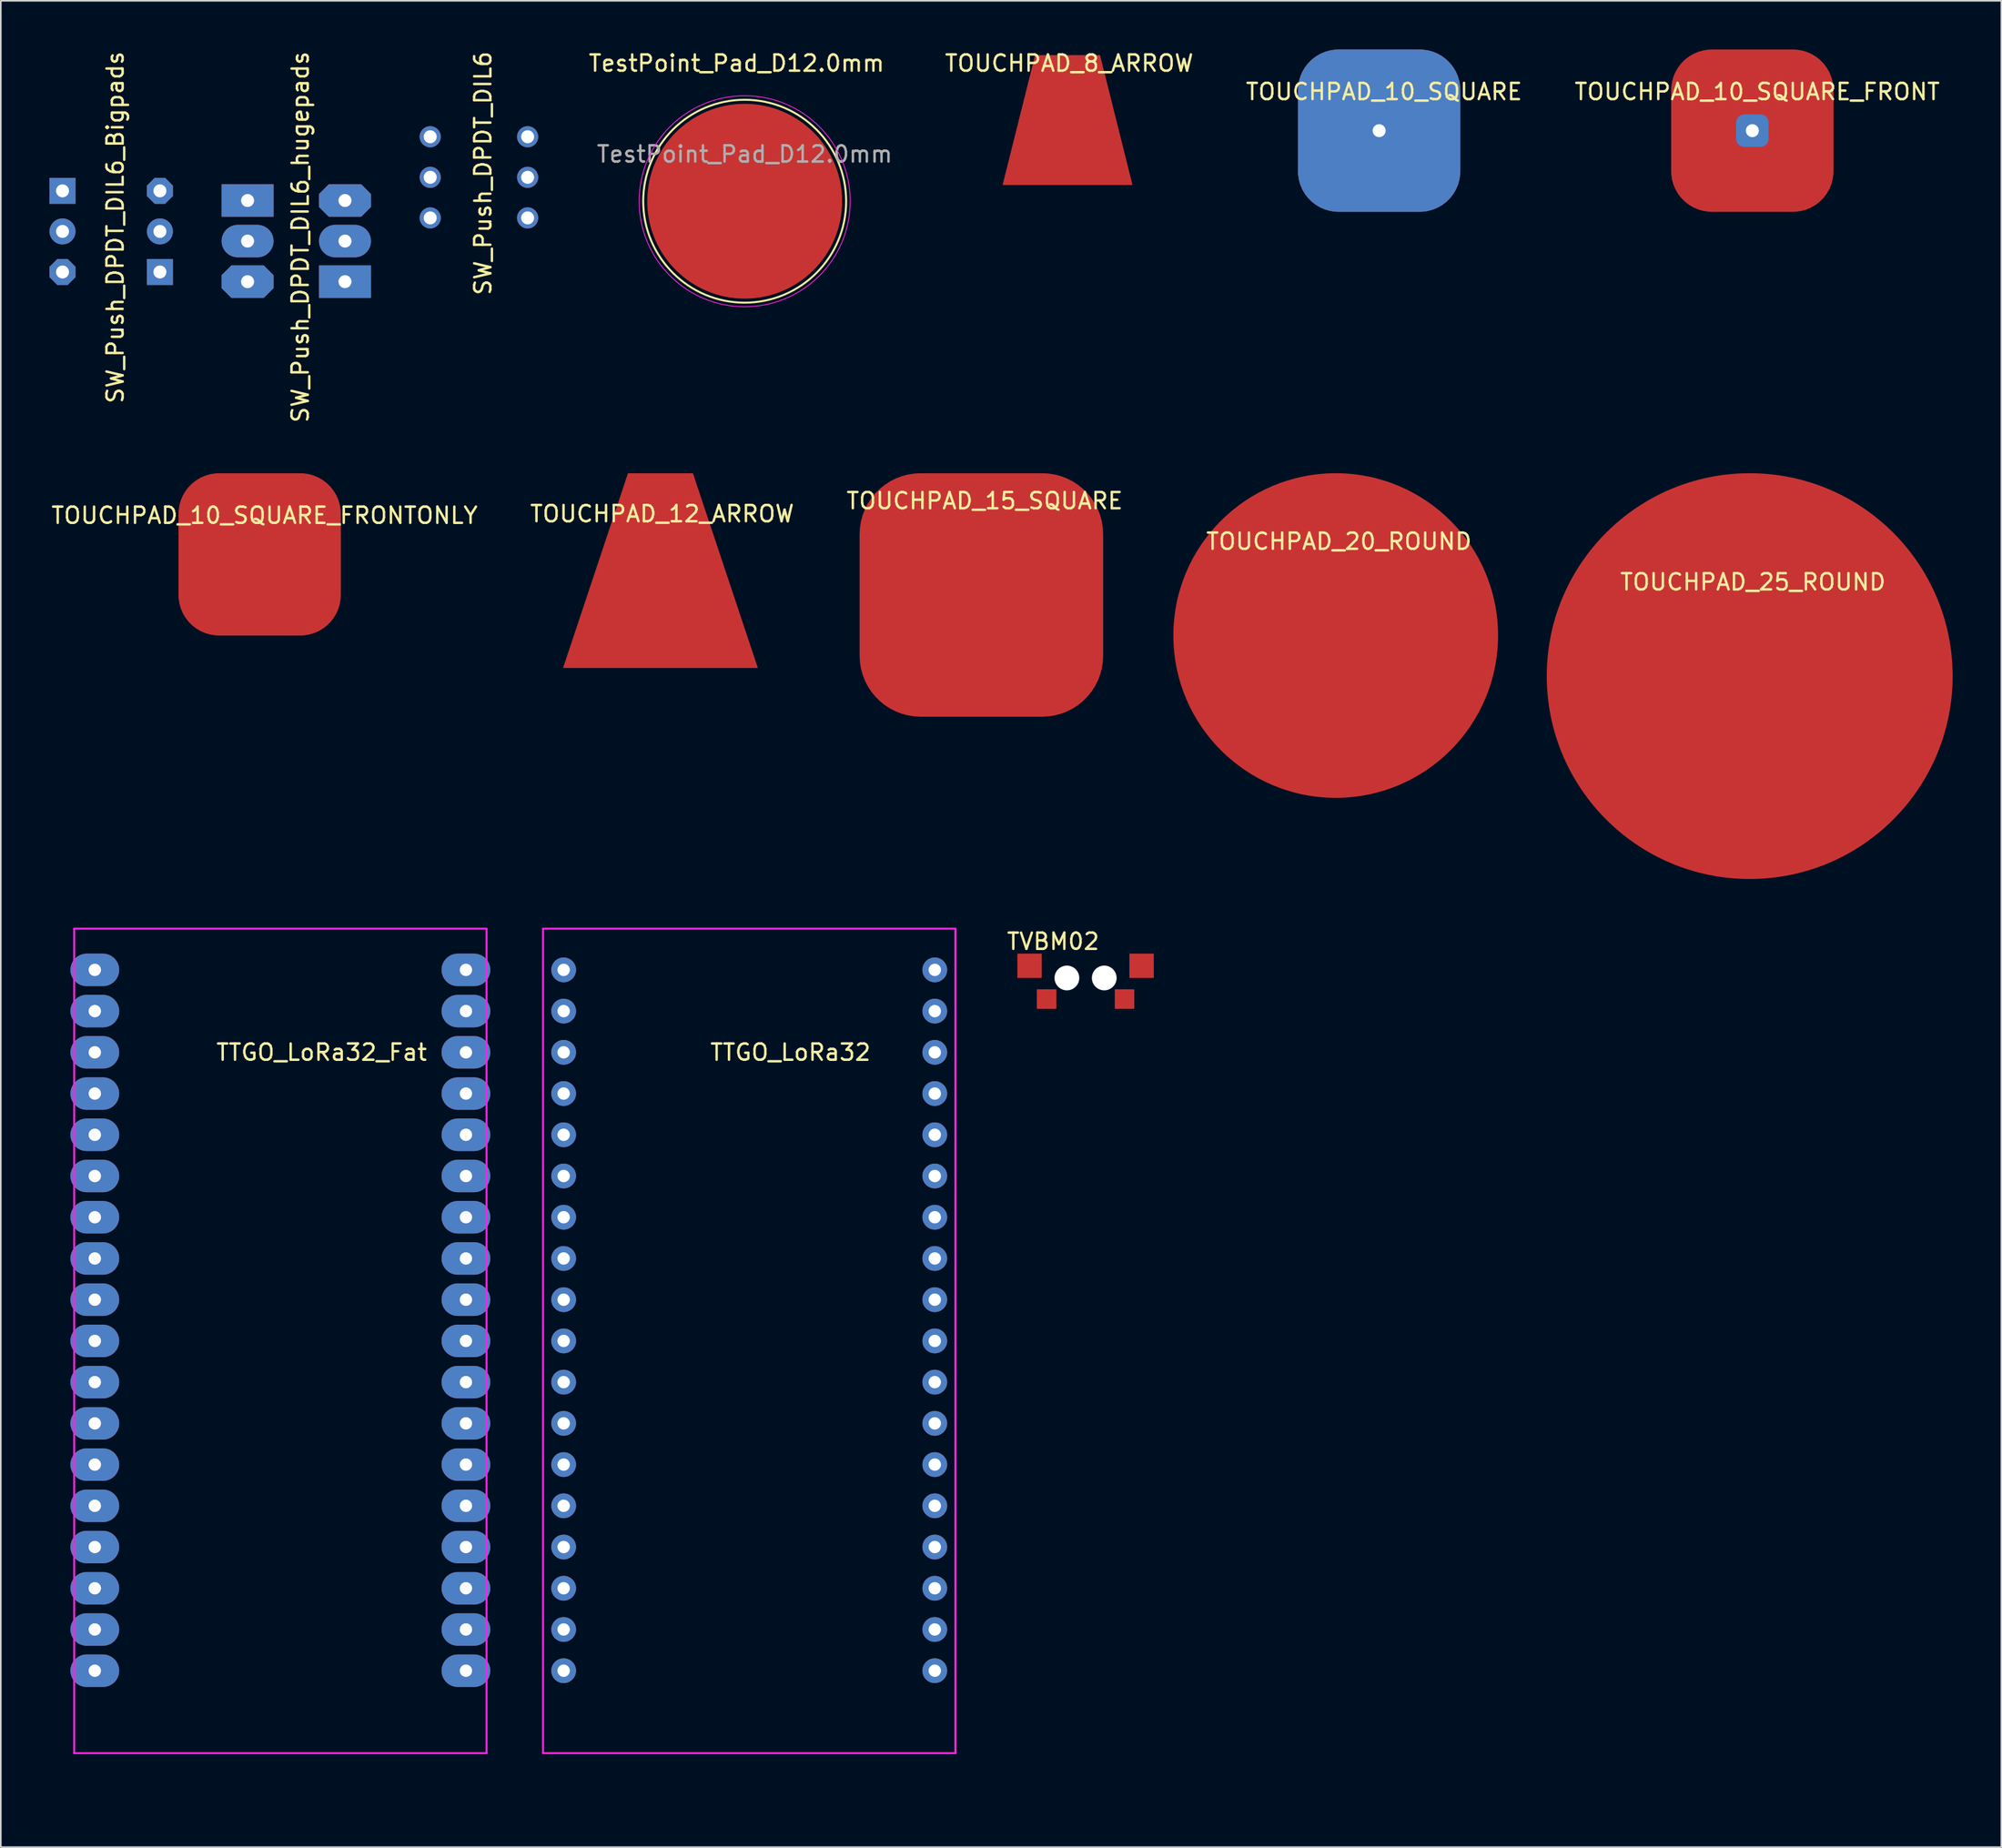
<source format=kicad_pcb>
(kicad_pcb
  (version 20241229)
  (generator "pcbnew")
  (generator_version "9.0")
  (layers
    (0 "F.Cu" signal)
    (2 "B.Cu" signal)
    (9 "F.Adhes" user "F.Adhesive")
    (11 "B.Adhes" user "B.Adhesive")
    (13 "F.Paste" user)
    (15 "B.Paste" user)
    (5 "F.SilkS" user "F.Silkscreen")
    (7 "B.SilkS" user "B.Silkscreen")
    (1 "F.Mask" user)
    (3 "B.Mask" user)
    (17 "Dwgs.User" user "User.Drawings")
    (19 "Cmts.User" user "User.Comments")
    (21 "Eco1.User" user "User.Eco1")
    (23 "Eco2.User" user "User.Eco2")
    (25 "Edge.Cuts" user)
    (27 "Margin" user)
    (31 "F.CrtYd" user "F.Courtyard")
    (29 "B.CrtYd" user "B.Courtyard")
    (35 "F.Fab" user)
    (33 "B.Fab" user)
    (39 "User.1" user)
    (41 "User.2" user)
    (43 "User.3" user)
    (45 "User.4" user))
  (footprint "TTGO_LoRa32_Fat"
    (layer "F.Cu")
    (at 0.25 107.507)
    (property "Reference" "TTGO_LoRa32_Fat" (at 16.51 -45.72 0) (layer "F.SilkS") (effects (font (size 1 1) (thickness 0.15))))
    (attr through_hole)
    (fp_line (start 1.27 -53.34) (end 1.27 -2.54) (stroke (width 0.12) (type solid)) (layer "F.CrtYd"))
    (fp_line (start 1.27 -2.54) (end 26.67 -2.54) (stroke (width 0.12) (type solid)) (layer "F.CrtYd"))
    (fp_line (start 26.67 -53.34) (end 1.27 -53.34) (stroke (width 0.12) (type solid)) (layer "F.CrtYd"))
    (fp_line (start 26.67 -2.54) (end 26.67 -53.34) (stroke (width 0.12) (type solid)) (layer "F.CrtYd"))
    (pad "1" thru_hole oval (at 2.54 -50.8) (size 3 2) (drill 0.762) (layers "*.Cu" "*.Mask"))
    (pad "2" thru_hole oval (at 2.54 -48.26) (size 3 2) (drill 0.762) (layers "*.Cu" "*.Mask"))
    (pad "3" thru_hole oval (at 2.54 -45.72) (size 3 2) (drill 0.762) (layers "*.Cu" "*.Mask"))
    (pad "4" thru_hole oval (at 2.54 -43.18) (size 3 2) (drill 0.762) (layers "*.Cu" "*.Mask"))
    (pad "5" thru_hole oval (at 2.54 -40.64) (size 3 2) (drill 0.762) (layers "*.Cu" "*.Mask"))
    (pad "6" thru_hole oval (at 2.54 -38.1) (size 3 2) (drill 0.762) (layers "*.Cu" "*.Mask"))
    (pad "7" thru_hole oval (at 2.54 -35.56) (size 3 2) (drill 0.762) (layers "*.Cu" "*.Mask"))
    (pad "8" thru_hole oval (at 2.54 -33.02) (size 3 2) (drill 0.762) (layers "*.Cu" "*.Mask"))
    (pad "9" thru_hole oval (at 2.54 -30.48) (size 3 2) (drill 0.762) (layers "*.Cu" "*.Mask"))
    (pad "10" thru_hole oval (at 2.54 -27.94) (size 3 2) (drill 0.762) (layers "*.Cu" "*.Mask"))
    (pad "11" thru_hole oval (at 2.54 -25.4) (size 3 2) (drill 0.762) (layers "*.Cu" "*.Mask"))
    (pad "12" thru_hole oval (at 2.54 -22.86) (size 3 2) (drill 0.762) (layers "*.Cu" "*.Mask"))
    (pad "13" thru_hole oval (at 2.54 -20.32) (size 3 2) (drill 0.762) (layers "*.Cu" "*.Mask"))
    (pad "14" thru_hole oval (at 2.54 -17.78) (size 3 2) (drill 0.762) (layers "*.Cu" "*.Mask"))
    (pad "15" thru_hole oval (at 2.54 -15.24) (size 3 2) (drill 0.762) (layers "*.Cu" "*.Mask"))
    (pad "16" thru_hole oval (at 2.54 -12.7) (size 3 2) (drill 0.762) (layers "*.Cu" "*.Mask"))
    (pad "17" thru_hole oval (at 2.54 -10.16) (size 3 2) (drill 0.762) (layers "*.Cu" "*.Mask"))
    (pad "18" thru_hole oval (at 2.54 -7.62) (size 3 2) (drill 0.762) (layers "*.Cu" "*.Mask"))
    (pad "19" thru_hole oval (at 25.4 -7.62) (size 3 2) (drill 0.762) (layers "*.Cu" "*.Mask"))
    (pad "20" thru_hole oval (at 25.4 -10.16) (size 3 2) (drill 0.762) (layers "*.Cu" "*.Mask"))
    (pad "21" thru_hole oval (at 25.4 -12.7) (size 3 2) (drill 0.762) (layers "*.Cu" "*.Mask"))
    (pad "22" thru_hole oval (at 25.4 -15.24) (size 3 2) (drill 0.762) (layers "*.Cu" "*.Mask"))
    (pad "23" thru_hole oval (at 25.4 -17.78) (size 3 2) (drill 0.762) (layers "*.Cu" "*.Mask"))
    (pad "24" thru_hole oval (at 25.4 -20.32) (size 3 2) (drill 0.762) (layers "*.Cu" "*.Mask"))
    (pad "25" thru_hole oval (at 25.4 -22.86) (size 3 2) (drill 0.762) (layers "*.Cu" "*.Mask"))
    (pad "26" thru_hole oval (at 25.4 -25.4) (size 3 2) (drill 0.762) (layers "*.Cu" "*.Mask"))
    (pad "27" thru_hole oval (at 25.4 -27.94) (size 3 2) (drill 0.762) (layers "*.Cu" "*.Mask"))
    (pad "28" thru_hole oval (at 25.4 -30.48) (size 3 2) (drill 0.762) (layers "*.Cu" "*.Mask"))
    (pad "29" thru_hole oval (at 25.4 -33.02) (size 3 2) (drill 0.762) (layers "*.Cu" "*.Mask"))
    (pad "30" thru_hole oval (at 25.4 -35.56) (size 3 2) (drill 0.762) (layers "*.Cu" "*.Mask"))
    (pad "31" thru_hole oval (at 25.4 -38.1) (size 3 2) (drill 0.762) (layers "*.Cu" "*.Mask"))
    (pad "32" thru_hole oval (at 25.4 -40.64) (size 3 2) (drill 0.762) (layers "*.Cu" "*.Mask"))
    (pad "33" thru_hole oval (at 25.4 -43.18) (size 3 2) (drill 0.762) (layers "*.Cu" "*.Mask"))
    (pad "34" thru_hole oval (at 25.4 -45.72) (size 3 2) (drill 0.762) (layers "*.Cu" "*.Mask"))
    (pad "35" thru_hole oval (at 25.4 -48.26) (size 3 2) (drill 0.762) (layers "*.Cu" "*.Mask"))
    (pad "36" thru_hole oval (at 25.4 -50.8) (size 3 2) (drill 0.762) (layers "*.Cu" "*.Mask")))
  (footprint "TOUCHPAD_8_ARROW"
    (layer "F.Cu")
    (at 62.608 0.948)
    (property "Reference" "TOUCHPAD_8_ARROW" (at 0.2 -0.1 0) (layer "F.SilkS") (effects (font (size 1 1) (thickness 0.15))))
    (attr through_hole)
    (pad "1" smd custom (at 0.1 3.4) (size 3 3) (layers "F.Cu") (options (anchor rect)) (primitives (gr_poly (pts (xy -4 4) (xy 4 4) (xy 2 -4) (xy -2 -4)) (width 0) (fill yes)))))
  (footprint "SW_Push_DPDT_DIL6_hugepads"
    (layer "F.Cu")
    (at 12.2 14.304)
    (property "Reference" "SW_Push_DPDT_DIL6_hugepads" (at 3.25 -2.75 90) (layer "F.SilkS") (effects (font (size 1 1) (thickness 0.15))))
    (attr through_hole)
    (pad "1" thru_hole rect (at 0 -5) (size 3.2 2) (drill 0.8) (layers "*.Cu" "*.Mask"))
    (pad "2" thru_hole oval (at 0 -2.5) (size 3.2 2) (drill 0.8) (layers "*.Cu" "*.Mask"))
    (pad "3" thru_hole roundrect (at 0 0) (size 3.2 2) (drill 0.8) (layers "*.Cu" "*.Mask") (roundrect_rratio 0) (chamfer_ratio 0.3) (chamfer top_left top_right bottom_left bottom_right))
    (pad "4" thru_hole rect (at 6 0) (size 3.2 2) (drill 0.8) (layers "*.Cu" "*.Mask"))
    (pad "5" thru_hole oval (at 6 -2.5) (size 3.2 2) (drill 0.8) (layers "*.Cu" "*.Mask"))
    (pad "6" thru_hole roundrect (at 6 -5) (size 3.2 2) (drill 0.8) (layers "*.Cu" "*.Mask") (roundrect_rratio 0) (chamfer_ratio 0.3) (chamfer top_left top_right bottom_left bottom_right)))
  (footprint "TOUCHPAD_25_ROUND"
    (layer "F.Cu")
    (at 104.626 35.207)
    (property "Reference" "TOUCHPAD_25_ROUND" (at 0.3 -2.4 0) (layer "F.SilkS") (effects (font (size 1 1) (thickness 0.15))))
    (attr through_hole)
    (pad "1" smd circle (at 0.1 3.4) (size 25 25) (layers "F.Cu")))
  (footprint "TTGO_LoRa32"
    (layer "F.Cu")
    (at 30.4 107.507)
    (property "Reference" "TTGO_LoRa32" (at 15.24 -45.72 0) (layer "F.SilkS") (effects (font (size 1 1) (thickness 0.15))))
    (attr through_hole)
    (fp_line (start 0 -53.34) (end 0 -2.54) (stroke (width 0.12) (type solid)) (layer "F.CrtYd"))
    (fp_line (start 0 -2.54) (end 25.4 -2.54) (stroke (width 0.12) (type solid)) (layer "F.CrtYd"))
    (fp_line (start 25.4 -53.34) (end 0 -53.34) (stroke (width 0.12) (type solid)) (layer "F.CrtYd"))
    (fp_line (start 25.4 -2.54) (end 25.4 -53.34) (stroke (width 0.12) (type solid)) (layer "F.CrtYd"))
    (pad "1" thru_hole circle (at 1.27 -50.8) (size 1.524 1.524) (drill 0.762) (layers "*.Cu" "*.Mask"))
    (pad "2" thru_hole circle (at 1.27 -48.26) (size 1.524 1.524) (drill 0.762) (layers "*.Cu" "*.Mask"))
    (pad "3" thru_hole circle (at 1.27 -45.72) (size 1.524 1.524) (drill 0.762) (layers "*.Cu" "*.Mask"))
    (pad "4" thru_hole circle (at 1.27 -43.18) (size 1.524 1.524) (drill 0.762) (layers "*.Cu" "*.Mask"))
    (pad "5" thru_hole circle (at 1.27 -40.64) (size 1.524 1.524) (drill 0.762) (layers "*.Cu" "*.Mask"))
    (pad "6" thru_hole circle (at 1.27 -38.1) (size 1.524 1.524) (drill 0.762) (layers "*.Cu" "*.Mask"))
    (pad "7" thru_hole circle (at 1.27 -35.56) (size 1.524 1.524) (drill 0.762) (layers "*.Cu" "*.Mask"))
    (pad "8" thru_hole circle (at 1.27 -33.02) (size 1.524 1.524) (drill 0.762) (layers "*.Cu" "*.Mask"))
    (pad "9" thru_hole circle (at 1.27 -30.48) (size 1.524 1.524) (drill 0.762) (layers "*.Cu" "*.Mask"))
    (pad "10" thru_hole circle (at 1.27 -27.94) (size 1.524 1.524) (drill 0.762) (layers "*.Cu" "*.Mask"))
    (pad "11" thru_hole circle (at 1.27 -25.4) (size 1.524 1.524) (drill 0.762) (layers "*.Cu" "*.Mask"))
    (pad "12" thru_hole circle (at 1.27 -22.86) (size 1.524 1.524) (drill 0.762) (layers "*.Cu" "*.Mask"))
    (pad "13" thru_hole circle (at 1.27 -20.32) (size 1.524 1.524) (drill 0.762) (layers "*.Cu" "*.Mask"))
    (pad "14" thru_hole circle (at 1.27 -17.78) (size 1.524 1.524) (drill 0.762) (layers "*.Cu" "*.Mask"))
    (pad "15" thru_hole circle (at 1.27 -15.24) (size 1.524 1.524) (drill 0.762) (layers "*.Cu" "*.Mask"))
    (pad "16" thru_hole circle (at 1.27 -12.7) (size 1.524 1.524) (drill 0.762) (layers "*.Cu" "*.Mask"))
    (pad "17" thru_hole circle (at 1.27 -10.16) (size 1.524 1.524) (drill 0.762) (layers "*.Cu" "*.Mask"))
    (pad "18" thru_hole circle (at 1.27 -7.62) (size 1.524 1.524) (drill 0.762) (layers "*.Cu" "*.Mask"))
    (pad "19" thru_hole circle (at 24.13 -7.62) (size 1.524 1.524) (drill 0.762) (layers "*.Cu" "*.Mask"))
    (pad "20" thru_hole circle (at 24.13 -10.16) (size 1.524 1.524) (drill 0.762) (layers "*.Cu" "*.Mask"))
    (pad "21" thru_hole circle (at 24.13 -12.7) (size 1.524 1.524) (drill 0.762) (layers "*.Cu" "*.Mask"))
    (pad "22" thru_hole circle (at 24.13 -15.24) (size 1.524 1.524) (drill 0.762) (layers "*.Cu" "*.Mask"))
    (pad "23" thru_hole circle (at 24.13 -17.78) (size 1.524 1.524) (drill 0.762) (layers "*.Cu" "*.Mask"))
    (pad "24" thru_hole circle (at 24.13 -20.32) (size 1.524 1.524) (drill 0.762) (layers "*.Cu" "*.Mask"))
    (pad "25" thru_hole circle (at 24.13 -22.86) (size 1.524 1.524) (drill 0.762) (layers "*.Cu" "*.Mask"))
    (pad "26" thru_hole circle (at 24.13 -25.4) (size 1.524 1.524) (drill 0.762) (layers "*.Cu" "*.Mask"))
    (pad "27" thru_hole circle (at 24.13 -27.94) (size 1.524 1.524) (drill 0.762) (layers "*.Cu" "*.Mask"))
    (pad "28" thru_hole circle (at 24.13 -30.48) (size 1.524 1.524) (drill 0.762) (layers "*.Cu" "*.Mask"))
    (pad "29" thru_hole circle (at 24.13 -33.02) (size 1.524 1.524) (drill 0.762) (layers "*.Cu" "*.Mask"))
    (pad "30" thru_hole circle (at 24.13 -35.56) (size 1.524 1.524) (drill 0.762) (layers "*.Cu" "*.Mask"))
    (pad "31" thru_hole circle (at 24.13 -38.1) (size 1.524 1.524) (drill 0.762) (layers "*.Cu" "*.Mask"))
    (pad "32" thru_hole circle (at 24.13 -40.64) (size 1.524 1.524) (drill 0.762) (layers "*.Cu" "*.Mask"))
    (pad "33" thru_hole circle (at 24.13 -43.18) (size 1.524 1.524) (drill 0.762) (layers "*.Cu" "*.Mask"))
    (pad "34" thru_hole circle (at 24.13 -45.72) (size 1.524 1.524) (drill 0.762) (layers "*.Cu" "*.Mask"))
    (pad "35" thru_hole circle (at 24.13 -48.26) (size 1.524 1.524) (drill 0.762) (layers "*.Cu" "*.Mask"))
    (pad "36" thru_hole circle (at 24.13 -50.8) (size 1.524 1.524) (drill 0.762) (layers "*.Cu" "*.Mask")))
  (footprint "TOUCHPAD_10_SQUARE_FRONT"
    (layer "F.Cu")
    (at 104.889 5)
    (property "Reference" "TOUCHPAD_10_SQUARE_FRONT" (at 0.3 -2.4 0) (layer "F.SilkS") (effects (font (size 1 1) (thickness 0.15))))
    (attr through_hole)
    (pad "1" thru_hole roundrect (at 0 0) (size 2 2) (drill 0.8) (layers "*.Cu" "*.Mask") (roundrect_rratio 0.25))
    (pad "1" smd roundrect (at 0 0) (size 10 10) (layers "F.Cu" "F.Mask" "F.Paste") (roundrect_rratio 0.25)))
  (footprint "SW_Push_DPDT_DIL6"
    (layer "F.Cu")
    (at 23.45 10.375)
    (property "Reference" "SW_Push_DPDT_DIL6" (at 3.25 -2.75 90) (layer "F.SilkS") (effects (font (size 1 1) (thickness 0.15))))
    (attr through_hole)
    (pad "1" thru_hole circle (at 0 -5) (size 1.3 1.3) (drill 0.8) (layers "*.Cu" "*.Mask"))
    (pad "2" thru_hole circle (at 0 -2.5) (size 1.3 1.3) (drill 0.8) (layers "*.Cu" "*.Mask"))
    (pad "3" thru_hole circle (at 0 0) (size 1.3 1.3) (drill 0.8) (layers "*.Cu" "*.Mask"))
    (pad "4" thru_hole circle (at 6 0) (size 1.3 1.3) (drill 0.8) (layers "*.Cu" "*.Mask"))
    (pad "5" thru_hole circle (at 6 -2.5) (size 1.3 1.3) (drill 0.8) (layers "*.Cu" "*.Mask"))
    (pad "6" thru_hole circle (at 6 -5) (size 1.3 1.3) (drill 0.8) (layers "*.Cu" "*.Mask")))
  (footprint "TVBM02"
    (layer "F.Cu")
    (at 63.818 57.205)
    (property "Reference" "TVBM02" (at -2 -2.25 0) (layer "F.SilkS") (effects (font (size 1 1) (thickness 0.15))))
    (attr through_hole)
    (pad "" smd rect (at -3.45 -0.75) (size 1.5 1.5) (layers "F.Cu" "F.Mask" "F.Paste"))
    (pad "" np_thru_hole circle (at -1.15 0) (size 1.524 1.524) (drill 1.524) (layers "*.Cu" "*.Mask"))
    (pad "" np_thru_hole circle (at 1.15 0) (size 1.524 1.524) (drill 1.524) (layers "*.Cu" "*.Mask"))
    (pad "" smd rect (at 3.45 -0.75) (size 1.5 1.5) (layers "F.Cu" "F.Mask" "F.Paste"))
    (pad "1" smd rect (at -2.4 1.3) (size 1.2 1.2) (layers "F.Cu" "F.Mask" "F.Paste"))
    (pad "2" smd rect (at 2.4 1.3) (size 1.2 1.2) (layers "F.Cu" "F.Mask" "F.Paste")))
  (footprint "TOUCHPAD_15_SQUARE"
    (layer "F.Cu")
    (at 57.301 30.207)
    (property "Reference" "TOUCHPAD_15_SQUARE" (at 0.3 -2.4 0) (layer "F.SilkS") (effects (font (size 1 1) (thickness 0.15))))
    (attr through_hole)
    (pad "1" smd roundrect (at 0.1 3.4) (size 15 15) (layers "F.Cu") (roundrect_rratio 0.25)))
  (footprint "SW_Push_DPDT_DIL6_Bigpads"
    (layer "F.Cu")
    (at 0.8 13.708)
    (property "Reference" "SW_Push_DPDT_DIL6_Bigpads" (at 3.25 -2.75 90) (layer "F.SilkS") (effects (font (size 1 1) (thickness 0.15))))
    (attr through_hole)
    (pad "1" thru_hole rect (at 0 -5) (size 1.6 1.6) (drill 0.8) (layers "*.Cu" "*.Mask"))
    (pad "2" thru_hole circle (at 0 -2.5) (size 1.6 1.6) (drill 0.8) (layers "*.Cu" "*.Mask"))
    (pad "3" thru_hole roundrect (at 0 0) (size 1.6 1.6) (drill 0.8) (layers "*.Cu" "*.Mask") (roundrect_rratio 0) (chamfer_ratio 0.3) (chamfer top_left top_right bottom_left bottom_right))
    (pad "4" thru_hole rect (at 6 0) (size 1.6 1.6) (drill 0.8) (layers "*.Cu" "*.Mask"))
    (pad "5" thru_hole circle (at 6 -2.5) (size 1.6 1.6) (drill 0.8) (layers "*.Cu" "*.Mask"))
    (pad "6" thru_hole roundrect (at 6 -5) (size 1.6 1.6) (drill 0.8) (layers "*.Cu" "*.Mask") (roundrect_rratio 0) (chamfer_ratio 0.3) (chamfer top_left top_right bottom_left bottom_right)))
  (footprint "TOUCHPAD_20_ROUND"
    (layer "F.Cu")
    (at 79.126 32.707)
    (property "Reference" "TOUCHPAD_20_ROUND" (at 0.3 -2.4 0) (layer "F.SilkS") (effects (font (size 1 1) (thickness 0.15))))
    (attr through_hole)
    (pad "1" smd circle (at 0.1 3.4) (size 20 20) (layers "F.Cu")))
  (footprint "TOUCHPAD_10_SQUARE_FRONTONLY"
    (layer "F.Cu")
    (at 12.944 31.107)
    (property "Reference" "TOUCHPAD_10_SQUARE_FRONTONLY" (at 0.3 -2.4 0) (layer "F.SilkS") (effects (font (size 1 1) (thickness 0.15))))
    (attr through_hole)
    (pad "1" smd roundrect (at 0 0) (size 10 10) (layers "F.Cu") (roundrect_rratio 0.25)))
  (footprint "TestPoint_Pad_D12.0mm"
    (layer "F.Cu")
    (at 42.82 9.348)
    (property "Reference" "TestPoint_Pad_D12.0mm" (at -0.5 -8.5 0) (layer "F.SilkS") (effects (font (size 1 1) (thickness 0.15))))
    (attr exclude_from_pos_files exclude_from_bom)
    (fp_circle (center 0 0) (end 6.25 0) (stroke (width 0.12) (type solid)) (fill no) (layer "F.SilkS"))
    (fp_circle (center 0 0) (end 6.5 0) (stroke (width 0.05) (type solid)) (fill no) (layer "F.CrtYd"))
    (fp_text user "${REFERENCE}" (at 0 -2.9 0) (layer "F.Fab") (effects (font (size 1 1) (thickness 0.15))))
    (pad "1" smd circle (at 0 0) (size 12 12) (layers "F.Cu" "F.Mask")))
  (footprint "TOUCHPAD_12_ARROW"
    (layer "F.Cu")
    (at 37.532 28.707)
    (property "Reference" "TOUCHPAD_12_ARROW" (at 0.2 -0.1 0) (layer "F.SilkS") (effects (font (size 1 1) (thickness 0.15))))
    (attr through_hole)
    (pad "1" smd custom (at 0.1 3.4) (size 3 3) (layers "F.Cu") (options (anchor rect)) (primitives (gr_poly (pts (xy -6 6) (xy 6 6) (xy 2 -6) (xy -2 -6)) (width 0) (fill yes)))))
  (footprint "TOUCHPAD_10_SQUARE"
    (layer "F.Cu")
    (at 81.901 5)
    (property "Reference" "TOUCHPAD_10_SQUARE" (at 0.3 -2.4 0) (layer "F.SilkS") (effects (font (size 1 1) (thickness 0.15))))
    (attr through_hole)
    (pad "1" thru_hole roundrect (at 0 0) (size 10 10) (drill 0.8) (layers "*.Cu" "*.Mask") (roundrect_rratio 0.25)))
  (gr_rect
    (start -3 -3)
    (end 120.226 110.757)
    (stroke (width 0.1) (type default))
    (fill no)
    (layer "Edge.Cuts")))
</source>
